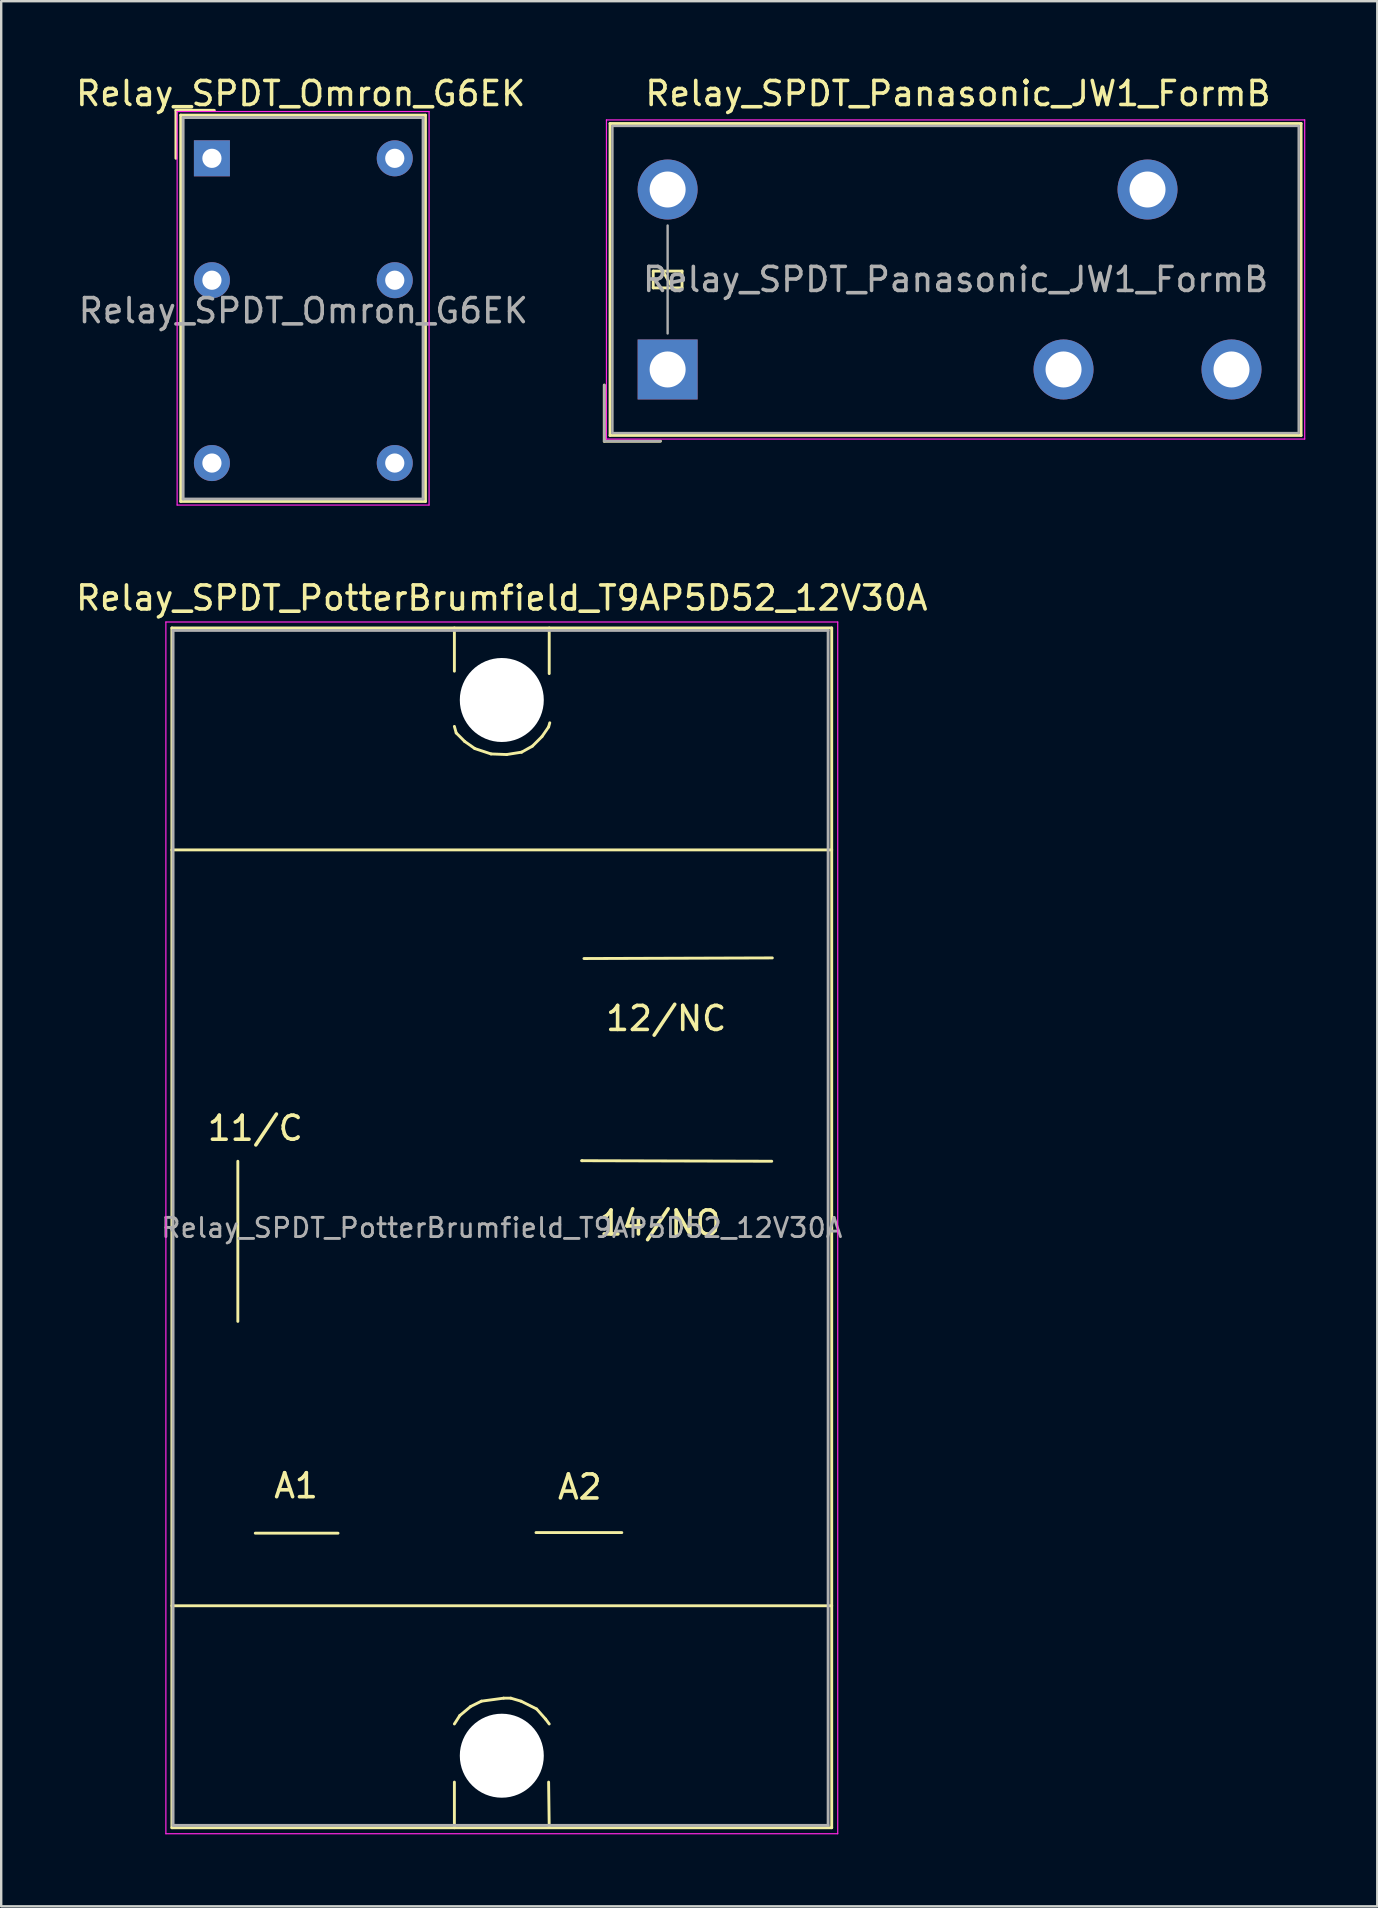
<source format=kicad_pcb>
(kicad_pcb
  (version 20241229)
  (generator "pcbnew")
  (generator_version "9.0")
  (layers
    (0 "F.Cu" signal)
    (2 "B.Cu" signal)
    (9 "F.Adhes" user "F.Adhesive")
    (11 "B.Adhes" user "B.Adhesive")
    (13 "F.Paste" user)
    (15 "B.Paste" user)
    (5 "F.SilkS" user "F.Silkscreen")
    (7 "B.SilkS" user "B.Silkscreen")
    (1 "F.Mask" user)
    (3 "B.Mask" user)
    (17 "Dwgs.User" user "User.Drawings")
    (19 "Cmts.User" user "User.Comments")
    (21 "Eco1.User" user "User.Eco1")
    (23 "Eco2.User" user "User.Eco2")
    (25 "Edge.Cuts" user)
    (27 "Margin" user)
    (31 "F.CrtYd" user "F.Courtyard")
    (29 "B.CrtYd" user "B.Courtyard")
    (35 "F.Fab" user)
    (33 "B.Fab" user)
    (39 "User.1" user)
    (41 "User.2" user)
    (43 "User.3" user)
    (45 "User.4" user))
  (footprint "Relay_SPDT_Panasonic_JW1_FormB"
    (layer "F.Cu")
    (at 24.774 12.348)
    (property "Reference" "Relay_SPDT_Panasonic_JW1_FormB" (at 12.1 -11.5 180) (layer "F.SilkS") (effects (font (size 1 1) (thickness 0.15))))
    (attr through_hole)
    (fp_line (start -2.64 2.99) (end -2.64 0.65) (stroke (width 0.12) (type solid)) (layer "F.SilkS"))
    (fp_line (start -2.4 -10.25) (end -2.4 2.75) (stroke (width 0.12) (type solid)) (layer "F.SilkS"))
    (fp_line (start -2.4 2.75) (end 26.4 2.75) (stroke (width 0.12) (type solid)) (layer "F.SilkS"))
    (fp_line (start -0.6 -4.1) (end -0.6 -3.4) (stroke (width 0.12) (type solid)) (layer "F.SilkS"))
    (fp_line (start -0.6 -3.4) (end 0.6 -3.4) (stroke (width 0.12) (type solid)) (layer "F.SilkS"))
    (fp_line (start -0.3 2.99) (end -2.64 2.99) (stroke (width 0.12) (type solid)) (layer "F.SilkS"))
    (fp_line (start 0.2 -3.4) (end -0.2 -4.1) (stroke (width 0.12) (type solid)) (layer "F.SilkS"))
    (fp_line (start 0.6 -4.1) (end -0.6 -4.1) (stroke (width 0.12) (type solid)) (layer "F.SilkS"))
    (fp_line (start 0.6 -3.4) (end 0.6 -4.1) (stroke (width 0.12) (type solid)) (layer "F.SilkS"))
    (fp_line (start 26.4 -10.25) (end -2.4 -10.25) (stroke (width 0.12) (type solid)) (layer "F.SilkS"))
    (fp_line (start 26.4 2.75) (end 26.4 -10.25) (stroke (width 0.12) (type solid)) (layer "F.SilkS"))
    (fp_line (start -2.55 -10.4) (end -2.55 2.9) (stroke (width 0.05) (type solid)) (layer "F.CrtYd"))
    (fp_line (start -2.55 2.9) (end 26.55 2.9) (stroke (width 0.05) (type solid)) (layer "F.CrtYd"))
    (fp_line (start 26.55 -10.4) (end -2.55 -10.4) (stroke (width 0.05) (type solid)) (layer "F.CrtYd"))
    (fp_line (start 26.55 2.9) (end 26.55 -10.4) (stroke (width 0.05) (type solid)) (layer "F.CrtYd"))
    (fp_line (start -2.64 2.99) (end -2.64 0.65) (stroke (width 0.1) (type solid)) (layer "F.Fab"))
    (fp_line (start -2.3 -10.15) (end -2.3 2.65) (stroke (width 0.1) (type solid)) (layer "F.Fab"))
    (fp_line (start -2.3 2.65) (end 26.3 2.65) (stroke (width 0.1) (type solid)) (layer "F.Fab"))
    (fp_line (start -0.3 2.99) (end -2.64 2.99) (stroke (width 0.1) (type solid)) (layer "F.Fab"))
    (fp_line (start 0 -1.5) (end 0 -6) (stroke (width 0.1) (type solid)) (layer "F.Fab"))
    (fp_line (start 26.3 -10.15) (end -2.3 -10.15) (stroke (width 0.1) (type solid)) (layer "F.Fab"))
    (fp_line (start 26.3 2.65) (end 26.3 -10.15) (stroke (width 0.1) (type solid)) (layer "F.Fab"))
    (fp_text user "${REFERENCE}" (at 12 -3.75 180) (layer "F.Fab") (effects (font (size 1 1) (thickness 0.15))))
    (pad "1" thru_hole rect (at 0 0 90) (size 2.5 2.5) (drill 1.5) (layers "*.Cu" "*.Mask"))
    (pad "2" thru_hole oval (at 16.5 0 90) (size 2.5 2.5) (drill 1.5) (layers "*.Cu" "*.Mask"))
    (pad "4" thru_hole oval (at 23.5 0 90) (size 2.5 2.5) (drill 1.5) (layers "*.Cu" "*.Mask"))
    (pad "6" thru_hole oval (at 20 -7.5 90) (size 2.5 2.5) (drill 1.5) (layers "*.Cu" "*.Mask"))
    (pad "8" thru_hole oval (at 0 -7.5 90) (size 2.5 2.5) (drill 1.5) (layers "*.Cu" "*.Mask")))
  (footprint "Relay_SPDT_Omron_G6EK"
    (layer "F.Cu")
    (at 5.782 3.548)
    (property "Reference" "Relay_SPDT_Omron_G6EK" (at 3.7 -2.7 180) (layer "F.SilkS") (effects (font (size 1 1) (thickness 0.15))))
    (attr through_hole)
    (fp_line (start -1.5 -2) (end 0.1 -2) (stroke (width 0.12) (type solid)) (layer "F.SilkS"))
    (fp_line (start -1.5 0) (end -1.5 -2) (stroke (width 0.12) (type solid)) (layer "F.SilkS"))
    (fp_line (start -1.3 -1.8) (end 8.9 -1.8) (stroke (width 0.12) (type solid)) (layer "F.SilkS"))
    (fp_line (start -1.3 14.3) (end -1.3 -1.8) (stroke (width 0.12) (type solid)) (layer "F.SilkS"))
    (fp_line (start 8.9 -1.8) (end 8.9 14.3) (stroke (width 0.12) (type solid)) (layer "F.SilkS"))
    (fp_line (start 8.9 14.3) (end -1.3 14.3) (stroke (width 0.12) (type solid)) (layer "F.SilkS"))
    (fp_line (start -1.45 14.45) (end -1.45 -1.95) (stroke (width 0.05) (type solid)) (layer "F.CrtYd"))
    (fp_line (start -1.45 14.45) (end 9.05 14.45) (stroke (width 0.05) (type solid)) (layer "F.CrtYd"))
    (fp_line (start 9.05 -1.95) (end -1.45 -1.95) (stroke (width 0.05) (type solid)) (layer "F.CrtYd"))
    (fp_line (start 9.05 -1.95) (end 9.05 14.45) (stroke (width 0.05) (type solid)) (layer "F.CrtYd"))
    (fp_line (start -1.2 -1.7) (end -1.2 14.2) (stroke (width 0.12) (type solid)) (layer "F.Fab"))
    (fp_line (start -1.2 14.2) (end 8.8 14.2) (stroke (width 0.12) (type solid)) (layer "F.Fab"))
    (fp_line (start 8.8 -1.7) (end -1.2 -1.7) (stroke (width 0.12) (type solid)) (layer "F.Fab"))
    (fp_line (start 8.8 14.2) (end 8.8 -1.7) (stroke (width 0.12) (type solid)) (layer "F.Fab"))
    (fp_text user "${REFERENCE}" (at 3.81 6.35 0) (layer "F.Fab") (effects (font (size 1 1) (thickness 0.15))))
    (pad "1" thru_hole rect (at 0 0 270) (size 1.501 1.501) (drill 0.8) (layers "*.Cu" "*.Mask"))
    (pad "3" thru_hole circle (at 0 5.08 270) (size 1.501 1.501) (drill 0.8) (layers "*.Cu" "*.Mask"))
    (pad "6" thru_hole circle (at 0 12.7 270) (size 1.501 1.501) (drill 0.8) (layers "*.Cu" "*.Mask"))
    (pad "7" thru_hole circle (at 7.62 12.7 270) (size 1.501 1.501) (drill 0.8) (layers "*.Cu" "*.Mask"))
    (pad "10" thru_hole circle (at 7.62 5.08 270) (size 1.501 1.501) (drill 0.8) (layers "*.Cu" "*.Mask"))
    (pad "12" thru_hole circle (at 7.62 0 270) (size 1.501 1.501) (drill 0.8) (layers "*.Cu" "*.Mask")))
  (footprint "Relay_SPDT_PotterBrumfield_T9AP5D52_12V30A"
    (layer "F.Cu")
    (at 17.863 26.123)
    (property "Reference" "Relay_SPDT_PotterBrumfield_T9AP5D52_12V30A" (at 0 -4.251 0) (layer "F.SilkS") (effects (font (size 1 1) (thickness 0.15))))
    (attr through_hole)
    (fp_line (start -13.749 -3.002) (end -13.749 47) (stroke (width 0.12) (type solid)) (layer "F.SilkS"))
    (fp_line (start -13.749 6.248) (end 13.749 6.248) (stroke (width 0.12) (type solid)) (layer "F.SilkS"))
    (fp_line (start -13.749 47) (end 13.749 47) (stroke (width 0.12) (type solid)) (layer "F.SilkS"))
    (fp_line (start -11.001 19.223) (end -11.001 25.898) (stroke (width 0.12) (type solid)) (layer "F.SilkS"))
    (fp_line (start -6.825 34.724) (end -10.274 34.724) (stroke (width 0.12) (type solid)) (layer "F.SilkS"))
    (fp_line (start -1.976 -1.201) (end -1.976 -3.002) (stroke (width 0.12) (type solid)) (layer "F.SilkS"))
    (fp_line (start -1.976 1.1) (end -1.9 1.374) (stroke (width 0.12) (type solid)) (layer "F.SilkS"))
    (fp_line (start -1.976 45.098) (end -1.976 47) (stroke (width 0.12) (type solid)) (layer "F.SilkS"))
    (fp_line (start -1.9 1.374) (end -1.549 1.725) (stroke (width 0.12) (type solid)) (layer "F.SilkS"))
    (fp_line (start -1.75 42.324) (end -1.976 42.675) (stroke (width 0.12) (type solid)) (layer "F.SilkS"))
    (fp_line (start -1.549 1.725) (end -1.125 2.024) (stroke (width 0.12) (type solid)) (layer "F.SilkS"))
    (fp_line (start -1.3 41.948) (end -1.75 42.324) (stroke (width 0.12) (type solid)) (layer "F.SilkS"))
    (fp_line (start -1.125 2.024) (end -0.45 2.248) (stroke (width 0.12) (type solid)) (layer "F.SilkS"))
    (fp_line (start -0.851 41.725) (end -1.3 41.948) (stroke (width 0.12) (type solid)) (layer "F.SilkS"))
    (fp_line (start -0.45 2.248) (end 0.201 2.273) (stroke (width 0.12) (type solid)) (layer "F.SilkS"))
    (fp_line (start 0.076 41.6) (end -0.851 41.725) (stroke (width 0.12) (type solid)) (layer "F.SilkS"))
    (fp_line (start 0.201 2.273) (end 0.826 2.174) (stroke (width 0.12) (type solid)) (layer "F.SilkS"))
    (fp_line (start 0.376 41.6) (end 0.076 41.6) (stroke (width 0.12) (type solid)) (layer "F.SilkS"))
    (fp_line (start 0.8 41.725) (end 0.376 41.6) (stroke (width 0.12) (type solid)) (layer "F.SilkS"))
    (fp_line (start 0.826 2.174) (end 1.275 1.923) (stroke (width 0.12) (type solid)) (layer "F.SilkS"))
    (fp_line (start 1.275 1.923) (end 1.674 1.524) (stroke (width 0.12) (type solid)) (layer "F.SilkS"))
    (fp_line (start 1.425 34.699) (end 5.001 34.699) (stroke (width 0.12) (type solid)) (layer "F.SilkS"))
    (fp_line (start 1.45 42.05) (end 0.8 41.725) (stroke (width 0.12) (type solid)) (layer "F.SilkS"))
    (fp_line (start 1.674 1.524) (end 1.951 1.123) (stroke (width 0.12) (type solid)) (layer "F.SilkS"))
    (fp_line (start 1.826 42.474) (end 1.45 42.05) (stroke (width 0.12) (type solid)) (layer "F.SilkS"))
    (fp_line (start 1.951 1.123) (end 1.999 0.95) (stroke (width 0.12) (type solid)) (layer "F.SilkS"))
    (fp_line (start 1.951 45.098) (end 1.976 46.975) (stroke (width 0.12) (type solid)) (layer "F.SilkS"))
    (fp_line (start 1.976 -1.1) (end 1.976 -3.002) (stroke (width 0.12) (type solid)) (layer "F.SilkS"))
    (fp_line (start 1.976 42.675) (end 1.826 42.474) (stroke (width 0.12) (type solid)) (layer "F.SilkS"))
    (fp_line (start 3.35 19.2) (end 3.325 19.2) (stroke (width 0.12) (type solid)) (layer "F.SilkS"))
    (fp_line (start 11.25 19.223) (end 3.35 19.2) (stroke (width 0.12) (type solid)) (layer "F.SilkS"))
    (fp_line (start 11.275 10.749) (end 3.424 10.775) (stroke (width 0.12) (type solid)) (layer "F.SilkS"))
    (fp_line (start 13.749 -3.002) (end -13.749 -3.002) (stroke (width 0.12) (type solid)) (layer "F.SilkS"))
    (fp_line (start 13.749 21.999) (end 13.749 -3.002) (stroke (width 0.12) (type solid)) (layer "F.SilkS"))
    (fp_line (start 13.749 37.749) (end -13.749 37.749) (stroke (width 0.12) (type solid)) (layer "F.SilkS"))
    (fp_line (start 13.749 47) (end 13.749 21.999) (stroke (width 0.12) (type solid)) (layer "F.SilkS"))
    (fp_line (start -14 -3.25) (end -14 47.25) (stroke (width 0.05) (type solid)) (layer "F.CrtYd"))
    (fp_line (start -14 47.25) (end 14 47.25) (stroke (width 0.05) (type solid)) (layer "F.CrtYd"))
    (fp_line (start 14 -3.25) (end -14 -3.25) (stroke (width 0.05) (type solid)) (layer "F.CrtYd"))
    (fp_line (start 14 47.25) (end 14 -3.25) (stroke (width 0.05) (type solid)) (layer "F.CrtYd"))
    (fp_line (start -13.7 -2.9) (end 13.6 -2.9) (stroke (width 0.12) (type solid)) (layer "F.Fab"))
    (fp_line (start -13.7 46.9) (end -13.7 -2.9) (stroke (width 0.12) (type solid)) (layer "F.Fab"))
    (fp_line (start -13.6 46.9) (end -13.7 46.9) (stroke (width 0.12) (type solid)) (layer "F.Fab"))
    (fp_line (start 13.6 -2.9) (end 13.6 46.9) (stroke (width 0.12) (type solid)) (layer "F.Fab"))
    (fp_line (start 13.6 46.9) (end -13.6 46.9) (stroke (width 0.12) (type solid)) (layer "F.Fab"))
    (fp_text user "A2" (at 3.251 32.799 0) (layer "F.SilkS") (effects (font (size 1 1) (thickness 0.15))))
    (fp_text user "11/C" (at -10.274 17.849 0) (layer "F.SilkS") (effects (font (size 1 1) (thickness 0.15))))
    (fp_text user "A1" (at -8.575 32.748 0) (layer "F.SilkS") (effects (font (size 1 1) (thickness 0.15))))
    (fp_text user "12/NC" (at 6.85 13.274 0) (layer "F.SilkS") (effects (font (size 1 1) (thickness 0.15))))
    (fp_text user "14/NO" (at 6.599 21.798 0) (layer "F.SilkS") (effects (font (size 1 1) (thickness 0.15))))
    (fp_text user "${REFERENCE}" (at 0 21.999 0) (layer "F.Fab") (effects (font (size 0.8 0.8) (thickness 0.12))))
    (pad "" np_thru_hole circle (at 0 0) (size 3.5 3.5) (drill 3.5) (layers "*.Cu" "*.Mask"))
    (pad "" np_thru_hole circle (at 0 43.998) (size 3.5 3.5) (drill 3.5) (layers "*.Cu" "*.Mask")))
  (gr_rect
    (start -3 -3)
    (end 54.349 76.398)
    (stroke (width 0.1) (type default))
    (fill no)
    (layer "Edge.Cuts")))
</source>
